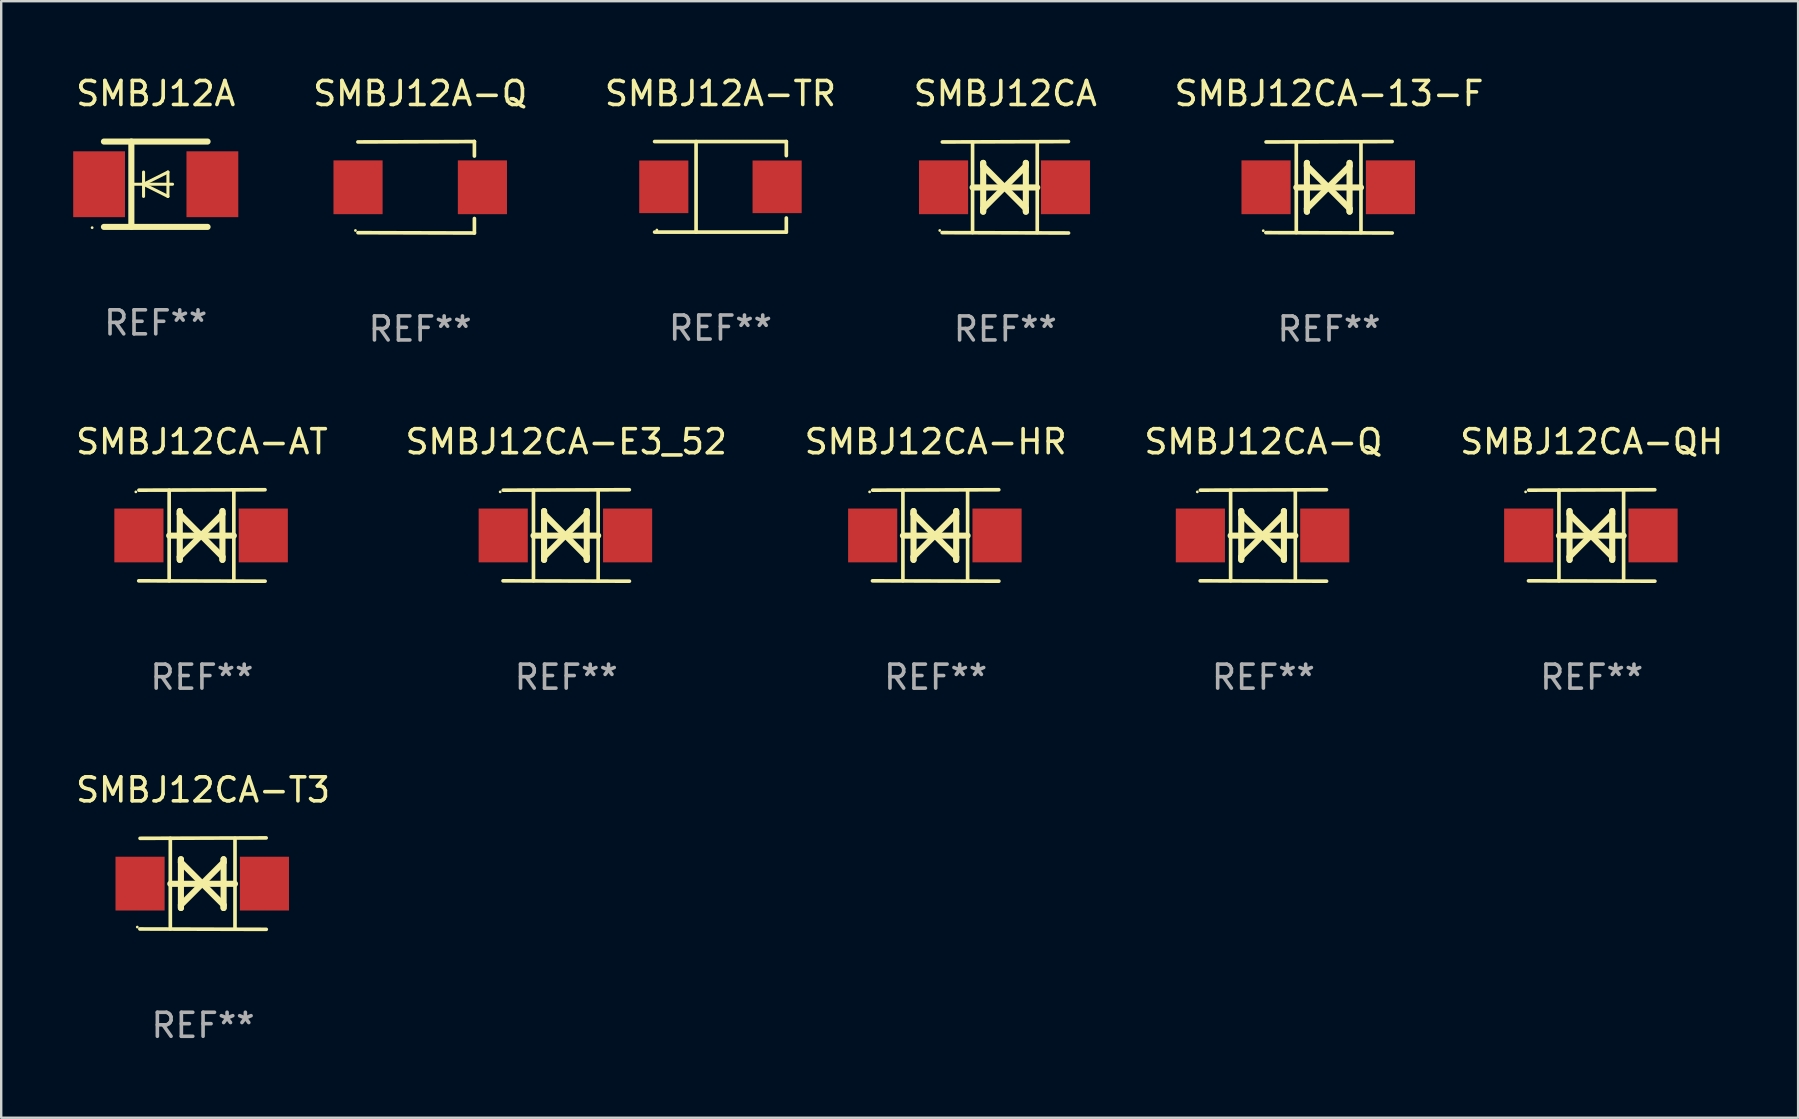
<source format=kicad_pcb>
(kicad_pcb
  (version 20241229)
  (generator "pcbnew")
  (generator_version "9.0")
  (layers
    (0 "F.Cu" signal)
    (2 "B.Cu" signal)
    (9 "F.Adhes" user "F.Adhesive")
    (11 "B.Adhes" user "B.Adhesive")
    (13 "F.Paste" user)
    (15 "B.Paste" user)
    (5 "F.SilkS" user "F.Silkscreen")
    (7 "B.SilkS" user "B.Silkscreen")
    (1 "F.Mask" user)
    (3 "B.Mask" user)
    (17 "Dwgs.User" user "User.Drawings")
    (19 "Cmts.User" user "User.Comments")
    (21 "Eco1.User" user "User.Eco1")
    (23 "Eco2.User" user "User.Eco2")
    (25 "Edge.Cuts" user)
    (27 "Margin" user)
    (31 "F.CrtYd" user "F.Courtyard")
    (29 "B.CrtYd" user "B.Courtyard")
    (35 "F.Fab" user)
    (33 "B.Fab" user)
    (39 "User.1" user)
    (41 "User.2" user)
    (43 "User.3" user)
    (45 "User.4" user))
  (footprint "SMBJ12A-TR"
    (layer "F.Cu")
    (at 26.968 4.734)
    (property "Reference" "SMBJ12A-TR" (at 0 -3.886 0) (layer "F.SilkS") (effects (font (size 1 1) (thickness 0.15))))
    (attr through_hole)
    (fp_line (start -2.744 -1.886) (end 2.744 -1.886) (stroke (width 0.152) (type solid)) (layer "F.SilkS"))
    (fp_line (start -2.744 1.886) (end 2.744 1.886) (stroke (width 0.152) (type solid)) (layer "F.SilkS"))
    (fp_line (start -1.016 -1.886) (end -1.016 1.886) (stroke (width 0.152) (type solid)) (layer "F.SilkS"))
    (fp_line (start 2.744 -1.886) (end 2.744 -1.299) (stroke (width 0.152) (type solid)) (layer "F.SilkS"))
    (fp_line (start 2.744 1.886) (end 2.744 1.299) (stroke (width 0.152) (type solid)) (layer "F.SilkS"))
    (fp_circle (center -2.65 1.8) (end -2.62 1.8) (stroke (width 0.06) (type solid)) (fill no) (layer "F.SilkS"))
    (fp_text user "REF**" (at 0 5.886 0) (layer "F.Fab") (effects (font (size 1 1) (thickness 0.15))))
    (pad "1" smd rect (at -2.361 0) (size 2.047 2.192) (layers "F.Cu" "F.Mask" "F.Paste"))
    (pad "2" smd rect (at 2.361 0) (size 2.047 2.192) (layers "F.Cu" "F.Mask" "F.Paste")))
  (footprint "SMBJ12CA"
    (layer "F.Cu")
    (at 38.837 4.753)
    (property "Reference" "SMBJ12CA" (at 0 -3.905 0) (layer "F.SilkS") (effects (font (size 1 1) (thickness 0.15))))
    (attr through_hole)
    (fp_line (start -1.365 1.886) (end -1.365 -1.886) (stroke (width 0.152) (type solid)) (layer "F.SilkS"))
    (fp_line (start -1.365 0.008) (end 1.33 0.008) (stroke (width 0.254) (type solid)) (layer "F.SilkS"))
    (fp_line (start -0.923 -1.016) (end -0.923 1.016) (stroke (width 0.254) (type solid)) (layer "F.SilkS"))
    (fp_line (start -0.923 -0.889) (end -0.923 -1.016) (stroke (width 0.254) (type solid)) (layer "F.SilkS"))
    (fp_line (start -0.923 0.889) (end -0.034 0) (stroke (width 0.254) (type solid)) (layer "F.SilkS"))
    (fp_line (start -0.923 1.016) (end -0.923 0.889) (stroke (width 0.254) (type solid)) (layer "F.SilkS"))
    (fp_line (start -0.034 0) (end -0.923 -0.889) (stroke (width 0.254) (type solid)) (layer "F.SilkS"))
    (fp_line (start -0.034 0) (end 0.855 0.889) (stroke (width 0.254) (type solid)) (layer "F.SilkS"))
    (fp_line (start 0.855 -1.016) (end 0.855 -0.889) (stroke (width 0.254) (type solid)) (layer "F.SilkS"))
    (fp_line (start 0.855 -0.889) (end -0.034 0) (stroke (width 0.254) (type solid)) (layer "F.SilkS"))
    (fp_line (start 0.855 0.889) (end 0.855 1.016) (stroke (width 0.254) (type solid)) (layer "F.SilkS"))
    (fp_line (start 0.855 1.016) (end 0.855 -1.016) (stroke (width 0.254) (type solid)) (layer "F.SilkS"))
    (fp_line (start 1.33 1.886) (end 1.33 -1.886) (stroke (width 0.152) (type solid)) (layer "F.SilkS"))
    (fp_line (start 2.629 -1.905) (end -2.625 -1.887) (stroke (width 0.152) (type solid)) (layer "F.SilkS"))
    (fp_line (start 2.633 1.905) (end -2.633 1.89) (stroke (width 0.152) (type solid)) (layer "F.SilkS"))
    (fp_circle (center -2.732 1.8) (end -2.702 1.8) (stroke (width 0.06) (type solid)) (fill no) (layer "F.SilkS"))
    (fp_text user "REF**" (at 0 5.905 0) (layer "F.Fab") (effects (font (size 1 1) (thickness 0.15))))
    (pad "1" smd rect (at -2.574 0) (size 2.047 2.241) (layers "F.Cu" "F.Mask" "F.Paste"))
    (pad "2" smd rect (at 2.506 0) (size 2.047 2.241) (layers "F.Cu" "F.Mask" "F.Paste")))
  (footprint "SMBJ12A-Q"
    (layer "F.Cu")
    (at 14.456 4.753)
    (property "Reference" "SMBJ12A-Q" (at 0 -3.905 0) (layer "F.SilkS") (effects (font (size 1 1) (thickness 0.15))))
    (attr through_hole)
    (fp_line (start 2.256 -1.905) (end -2.594 -1.889) (stroke (width 0.152) (type solid)) (layer "F.SilkS"))
    (fp_line (start 2.256 -1.905) (end 2.26 -1.905) (stroke (width 0.152) (type solid)) (layer "F.SilkS"))
    (fp_line (start 2.26 -1.905) (end 2.26 -1.301) (stroke (width 0.152) (type solid)) (layer "F.SilkS"))
    (fp_line (start 2.26 1.301) (end 2.26 1.905) (stroke (width 0.152) (type solid)) (layer "F.SilkS"))
    (fp_line (start 2.26 1.905) (end -2.59 1.892) (stroke (width 0.152) (type solid)) (layer "F.SilkS"))
    (fp_circle (center -2.697 1.8) (end -2.667 1.8) (stroke (width 0.06) (type solid)) (fill no) (layer "F.SilkS"))
    (fp_text user "REF**" (at 0 5.905 0) (layer "F.Fab") (effects (font (size 1 1) (thickness 0.15))))
    (pad "1" smd rect (at -2.588 0) (size 2.047 2.241) (layers "F.Cu" "F.Mask" "F.Paste"))
    (pad "2" smd rect (at 2.594 0) (size 2.047 2.241) (layers "F.Cu" "F.Mask" "F.Paste")))
  (footprint "SMBJ12CA-T3"
    (layer "F.Cu")
    (at 5.411 33.766)
    (property "Reference" "SMBJ12CA-T3" (at 0 -3.905 0) (layer "F.SilkS") (effects (font (size 1 1) (thickness 0.15))))
    (attr through_hole)
    (fp_line (start -1.365 1.886) (end -1.365 -1.886) (stroke (width 0.152) (type solid)) (layer "F.SilkS"))
    (fp_line (start -1.365 0.008) (end 1.33 0.008) (stroke (width 0.254) (type solid)) (layer "F.SilkS"))
    (fp_line (start -0.923 -1.016) (end -0.923 1.016) (stroke (width 0.254) (type solid)) (layer "F.SilkS"))
    (fp_line (start -0.923 -0.889) (end -0.923 -1.016) (stroke (width 0.254) (type solid)) (layer "F.SilkS"))
    (fp_line (start -0.923 0.889) (end -0.034 0) (stroke (width 0.254) (type solid)) (layer "F.SilkS"))
    (fp_line (start -0.923 1.016) (end -0.923 0.889) (stroke (width 0.254) (type solid)) (layer "F.SilkS"))
    (fp_line (start -0.034 0) (end -0.923 -0.889) (stroke (width 0.254) (type solid)) (layer "F.SilkS"))
    (fp_line (start -0.034 0) (end 0.855 0.889) (stroke (width 0.254) (type solid)) (layer "F.SilkS"))
    (fp_line (start 0.855 -1.016) (end 0.855 -0.889) (stroke (width 0.254) (type solid)) (layer "F.SilkS"))
    (fp_line (start 0.855 -0.889) (end -0.034 0) (stroke (width 0.254) (type solid)) (layer "F.SilkS"))
    (fp_line (start 0.855 0.889) (end 0.855 1.016) (stroke (width 0.254) (type solid)) (layer "F.SilkS"))
    (fp_line (start 0.855 1.016) (end 0.855 -1.016) (stroke (width 0.254) (type solid)) (layer "F.SilkS"))
    (fp_line (start 1.33 1.886) (end 1.33 -1.886) (stroke (width 0.152) (type solid)) (layer "F.SilkS"))
    (fp_line (start 2.629 -1.905) (end -2.625 -1.887) (stroke (width 0.152) (type solid)) (layer "F.SilkS"))
    (fp_line (start 2.633 1.905) (end -2.633 1.89) (stroke (width 0.152) (type solid)) (layer "F.SilkS"))
    (fp_circle (center -2.741 1.81) (end -2.711 1.81) (stroke (width 0.06) (type solid)) (fill no) (layer "F.SilkS"))
    (fp_text user "REF**" (at 0 5.905 0) (layer "F.Fab") (effects (font (size 1 1) (thickness 0.15))))
    (pad "1" smd rect (at -2.625 0) (size 2.047 2.241) (layers "F.Cu" "F.Mask" "F.Paste"))
    (pad "2" smd rect (at 2.557 0) (size 2.047 2.241) (layers "F.Cu" "F.Mask" "F.Paste")))
  (footprint "SMBJ12CA-QH"
    (layer "F.Cu")
    (at 63.268 19.26)
    (property "Reference" "SMBJ12CA-QH" (at 0 -3.905 0) (layer "F.SilkS") (effects (font (size 1 1) (thickness 0.15))))
    (attr through_hole)
    (fp_line (start -1.365 1.886) (end -1.365 -1.886) (stroke (width 0.152) (type solid)) (layer "F.SilkS"))
    (fp_line (start -1.365 0.008) (end 1.33 0.008) (stroke (width 0.254) (type solid)) (layer "F.SilkS"))
    (fp_line (start -0.923 -1.016) (end -0.923 1.016) (stroke (width 0.254) (type solid)) (layer "F.SilkS"))
    (fp_line (start -0.923 -0.889) (end -0.923 -1.016) (stroke (width 0.254) (type solid)) (layer "F.SilkS"))
    (fp_line (start -0.923 0.889) (end -0.034 0) (stroke (width 0.254) (type solid)) (layer "F.SilkS"))
    (fp_line (start -0.923 1.016) (end -0.923 0.889) (stroke (width 0.254) (type solid)) (layer "F.SilkS"))
    (fp_line (start -0.034 0) (end -0.923 -0.889) (stroke (width 0.254) (type solid)) (layer "F.SilkS"))
    (fp_line (start -0.034 0) (end 0.855 0.889) (stroke (width 0.254) (type solid)) (layer "F.SilkS"))
    (fp_line (start 0.855 -1.016) (end 0.855 -0.889) (stroke (width 0.254) (type solid)) (layer "F.SilkS"))
    (fp_line (start 0.855 -0.889) (end -0.034 0) (stroke (width 0.254) (type solid)) (layer "F.SilkS"))
    (fp_line (start 0.855 0.889) (end 0.855 1.016) (stroke (width 0.254) (type solid)) (layer "F.SilkS"))
    (fp_line (start 0.855 1.016) (end 0.855 -1.016) (stroke (width 0.254) (type solid)) (layer "F.SilkS"))
    (fp_line (start 1.33 1.886) (end 1.33 -1.886) (stroke (width 0.152) (type solid)) (layer "F.SilkS"))
    (fp_line (start 2.629 -1.905) (end -2.625 -1.887) (stroke (width 0.152) (type solid)) (layer "F.SilkS"))
    (fp_line (start 2.633 1.905) (end -2.633 1.89) (stroke (width 0.152) (type solid)) (layer "F.SilkS"))
    (fp_circle (center -2.753 -1.816) (end -2.723 -1.816) (stroke (width 0.06) (type solid)) (fill no) (layer "F.SilkS"))
    (fp_text user "REF**" (at 0 5.905 0) (layer "F.Fab") (effects (font (size 1 1) (thickness 0.15))))
    (pad "1" smd rect (at -2.625 0) (size 2.047 2.241) (layers "F.Cu" "F.Mask" "F.Paste"))
    (pad "2" smd rect (at 2.557 0) (size 2.047 2.241) (layers "F.Cu" "F.Mask" "F.Paste")))
  (footprint "SMBJ12CA-13-F"
    (layer "F.Cu")
    (at 52.325 4.753)
    (property "Reference" "SMBJ12CA-13-F" (at 0 -3.905 0) (layer "F.SilkS") (effects (font (size 1 1) (thickness 0.15))))
    (attr through_hole)
    (fp_line (start -1.365 1.886) (end -1.365 -1.886) (stroke (width 0.152) (type solid)) (layer "F.SilkS"))
    (fp_line (start -1.365 0.008) (end 1.33 0.008) (stroke (width 0.254) (type solid)) (layer "F.SilkS"))
    (fp_line (start -0.923 -1.016) (end -0.923 1.016) (stroke (width 0.254) (type solid)) (layer "F.SilkS"))
    (fp_line (start -0.923 -0.889) (end -0.923 -1.016) (stroke (width 0.254) (type solid)) (layer "F.SilkS"))
    (fp_line (start -0.923 0.889) (end -0.034 0) (stroke (width 0.254) (type solid)) (layer "F.SilkS"))
    (fp_line (start -0.923 1.016) (end -0.923 0.889) (stroke (width 0.254) (type solid)) (layer "F.SilkS"))
    (fp_line (start -0.034 0) (end -0.923 -0.889) (stroke (width 0.254) (type solid)) (layer "F.SilkS"))
    (fp_line (start -0.034 0) (end 0.855 0.889) (stroke (width 0.254) (type solid)) (layer "F.SilkS"))
    (fp_line (start 0.855 -1.016) (end 0.855 -0.889) (stroke (width 0.254) (type solid)) (layer "F.SilkS"))
    (fp_line (start 0.855 -0.889) (end -0.034 0) (stroke (width 0.254) (type solid)) (layer "F.SilkS"))
    (fp_line (start 0.855 0.889) (end 0.855 1.016) (stroke (width 0.254) (type solid)) (layer "F.SilkS"))
    (fp_line (start 0.855 1.016) (end 0.855 -1.016) (stroke (width 0.254) (type solid)) (layer "F.SilkS"))
    (fp_line (start 1.33 1.886) (end 1.33 -1.886) (stroke (width 0.152) (type solid)) (layer "F.SilkS"))
    (fp_line (start 2.629 -1.905) (end -2.625 -1.887) (stroke (width 0.152) (type solid)) (layer "F.SilkS"))
    (fp_line (start 2.633 1.905) (end -2.633 1.89) (stroke (width 0.152) (type solid)) (layer "F.SilkS"))
    (fp_circle (center -2.741 1.81) (end -2.711 1.81) (stroke (width 0.06) (type solid)) (fill no) (layer "F.SilkS"))
    (fp_text user "REF**" (at 0 5.905 0) (layer "F.Fab") (effects (font (size 1 1) (thickness 0.15))))
    (pad "1" smd rect (at -2.625 0) (size 2.047 2.241) (layers "F.Cu" "F.Mask" "F.Paste"))
    (pad "2" smd rect (at 2.557 0) (size 2.047 2.241) (layers "F.Cu" "F.Mask" "F.Paste")))
  (footprint "SMBJ12CA-HR"
    (layer "F.Cu")
    (at 35.935 19.26)
    (property "Reference" "SMBJ12CA-HR" (at 0 -3.905 0) (layer "F.SilkS") (effects (font (size 1 1) (thickness 0.15))))
    (attr through_hole)
    (fp_line (start -1.365 1.886) (end -1.365 -1.886) (stroke (width 0.152) (type solid)) (layer "F.SilkS"))
    (fp_line (start -1.365 0.008) (end 1.33 0.008) (stroke (width 0.254) (type solid)) (layer "F.SilkS"))
    (fp_line (start -0.923 -1.016) (end -0.923 1.016) (stroke (width 0.254) (type solid)) (layer "F.SilkS"))
    (fp_line (start -0.923 -0.889) (end -0.923 -1.016) (stroke (width 0.254) (type solid)) (layer "F.SilkS"))
    (fp_line (start -0.923 0.889) (end -0.034 0) (stroke (width 0.254) (type solid)) (layer "F.SilkS"))
    (fp_line (start -0.923 1.016) (end -0.923 0.889) (stroke (width 0.254) (type solid)) (layer "F.SilkS"))
    (fp_line (start -0.034 0) (end -0.923 -0.889) (stroke (width 0.254) (type solid)) (layer "F.SilkS"))
    (fp_line (start -0.034 0) (end 0.855 0.889) (stroke (width 0.254) (type solid)) (layer "F.SilkS"))
    (fp_line (start 0.855 -1.016) (end 0.855 -0.889) (stroke (width 0.254) (type solid)) (layer "F.SilkS"))
    (fp_line (start 0.855 -0.889) (end -0.034 0) (stroke (width 0.254) (type solid)) (layer "F.SilkS"))
    (fp_line (start 0.855 0.889) (end 0.855 1.016) (stroke (width 0.254) (type solid)) (layer "F.SilkS"))
    (fp_line (start 0.855 1.016) (end 0.855 -1.016) (stroke (width 0.254) (type solid)) (layer "F.SilkS"))
    (fp_line (start 1.33 1.886) (end 1.33 -1.886) (stroke (width 0.152) (type solid)) (layer "F.SilkS"))
    (fp_line (start 2.629 -1.905) (end -2.625 -1.887) (stroke (width 0.152) (type solid)) (layer "F.SilkS"))
    (fp_line (start 2.633 1.905) (end -2.633 1.89) (stroke (width 0.152) (type solid)) (layer "F.SilkS"))
    (fp_circle (center -2.753 -1.816) (end -2.723 -1.816) (stroke (width 0.06) (type solid)) (fill no) (layer "F.SilkS"))
    (fp_text user "REF**" (at 0 5.905 0) (layer "F.Fab") (effects (font (size 1 1) (thickness 0.15))))
    (pad "1" smd rect (at -2.625 0) (size 2.047 2.241) (layers "F.Cu" "F.Mask" "F.Paste"))
    (pad "2" smd rect (at 2.557 0) (size 2.047 2.241) (layers "F.Cu" "F.Mask" "F.Paste")))
  (footprint "SMBJ12A"
    (layer "F.Cu")
    (at 3.439 4.626)
    (property "Reference" "SMBJ12A" (at 0 -3.778 0) (layer "F.SilkS") (effects (font (size 1 1) (thickness 0.15))))
    (attr through_hole)
    (fp_line (start -2.159 -1.778) (end 2.159 -1.778) (stroke (width 0.254) (type solid)) (layer "F.SilkS"))
    (fp_line (start -1.016 -1.778) (end -1.016 1.778) (stroke (width 0.254) (type solid)) (layer "F.SilkS"))
    (fp_line (start -0.508 -0.000064) (end 0.508 0.508) (stroke (width 0.127) (type solid)) (layer "F.SilkS"))
    (fp_line (start -0.508 0.508) (end -0.508 -0.508) (stroke (width 0.127) (type solid)) (layer "F.SilkS"))
    (fp_line (start 0.508 -0.508) (end -0.508 -0.000064) (stroke (width 0.127) (type solid)) (layer "F.SilkS"))
    (fp_line (start 0.508 0.508) (end 0.508 -0.508) (stroke (width 0.127) (type solid)) (layer "F.SilkS"))
    (fp_line (start 0.7 -0.000064) (end -1.016 -0.000064) (stroke (width 0.127) (type solid)) (layer "F.SilkS"))
    (fp_line (start 2.159 1.778) (end -2.159 1.778) (stroke (width 0.254) (type solid)) (layer "F.SilkS"))
    (fp_circle (center -2.65 1.81) (end -2.62 1.81) (stroke (width 0.06) (type solid)) (fill no) (layer "F.SilkS"))
    (fp_text user "REF**" (at 0 5.778 0) (layer "F.Fab") (effects (font (size 1 1) (thickness 0.15))))
    (pad "1" smd rect (at -2.36 0.000038) (size 2.159 2.743) (layers "F.Cu" "F.Mask" "F.Paste"))
    (pad "2" smd rect (at 2.36 0.000038) (size 2.159 2.743) (layers "F.Cu" "F.Mask" "F.Paste")))
  (footprint "SMBJ12CA-E3_52"
    (layer "F.Cu")
    (at 20.542 19.26)
    (property "Reference" "SMBJ12CA-E3_52" (at 0 -3.905 0) (layer "F.SilkS") (effects (font (size 1 1) (thickness 0.15))))
    (attr through_hole)
    (fp_line (start -1.365 1.886) (end -1.365 -1.886) (stroke (width 0.152) (type solid)) (layer "F.SilkS"))
    (fp_line (start -1.365 0.008) (end 1.33 0.008) (stroke (width 0.254) (type solid)) (layer "F.SilkS"))
    (fp_line (start -0.923 -1.016) (end -0.923 1.016) (stroke (width 0.254) (type solid)) (layer "F.SilkS"))
    (fp_line (start -0.923 -0.889) (end -0.923 -1.016) (stroke (width 0.254) (type solid)) (layer "F.SilkS"))
    (fp_line (start -0.923 0.889) (end -0.034 0) (stroke (width 0.254) (type solid)) (layer "F.SilkS"))
    (fp_line (start -0.923 1.016) (end -0.923 0.889) (stroke (width 0.254) (type solid)) (layer "F.SilkS"))
    (fp_line (start -0.034 0) (end -0.923 -0.889) (stroke (width 0.254) (type solid)) (layer "F.SilkS"))
    (fp_line (start -0.034 0) (end 0.855 0.889) (stroke (width 0.254) (type solid)) (layer "F.SilkS"))
    (fp_line (start 0.855 -1.016) (end 0.855 -0.889) (stroke (width 0.254) (type solid)) (layer "F.SilkS"))
    (fp_line (start 0.855 -0.889) (end -0.034 0) (stroke (width 0.254) (type solid)) (layer "F.SilkS"))
    (fp_line (start 0.855 0.889) (end 0.855 1.016) (stroke (width 0.254) (type solid)) (layer "F.SilkS"))
    (fp_line (start 0.855 1.016) (end 0.855 -1.016) (stroke (width 0.254) (type solid)) (layer "F.SilkS"))
    (fp_line (start 1.33 1.886) (end 1.33 -1.886) (stroke (width 0.152) (type solid)) (layer "F.SilkS"))
    (fp_line (start 2.629 -1.905) (end -2.625 -1.887) (stroke (width 0.152) (type solid)) (layer "F.SilkS"))
    (fp_line (start 2.633 1.905) (end -2.633 1.89) (stroke (width 0.152) (type solid)) (layer "F.SilkS"))
    (fp_circle (center -2.753 -1.816) (end -2.723 -1.816) (stroke (width 0.06) (type solid)) (fill no) (layer "F.SilkS"))
    (fp_text user "REF**" (at 0 5.905 0) (layer "F.Fab") (effects (font (size 1 1) (thickness 0.15))))
    (pad "1" smd rect (at -2.625 0) (size 2.047 2.241) (layers "F.Cu" "F.Mask" "F.Paste"))
    (pad "2" smd rect (at 2.557 0) (size 2.047 2.241) (layers "F.Cu" "F.Mask" "F.Paste")))
  (footprint "SMBJ12CA-AT"
    (layer "F.Cu")
    (at 5.363 19.26)
    (property "Reference" "SMBJ12CA-AT" (at 0 -3.905 0) (layer "F.SilkS") (effects (font (size 1 1) (thickness 0.15))))
    (attr through_hole)
    (fp_line (start -1.365 1.886) (end -1.365 -1.886) (stroke (width 0.152) (type solid)) (layer "F.SilkS"))
    (fp_line (start -1.365 0.008) (end 1.33 0.008) (stroke (width 0.254) (type solid)) (layer "F.SilkS"))
    (fp_line (start -0.923 -1.016) (end -0.923 1.016) (stroke (width 0.254) (type solid)) (layer "F.SilkS"))
    (fp_line (start -0.923 -0.889) (end -0.923 -1.016) (stroke (width 0.254) (type solid)) (layer "F.SilkS"))
    (fp_line (start -0.923 0.889) (end -0.034 0) (stroke (width 0.254) (type solid)) (layer "F.SilkS"))
    (fp_line (start -0.923 1.016) (end -0.923 0.889) (stroke (width 0.254) (type solid)) (layer "F.SilkS"))
    (fp_line (start -0.034 0) (end -0.923 -0.889) (stroke (width 0.254) (type solid)) (layer "F.SilkS"))
    (fp_line (start -0.034 0) (end 0.855 0.889) (stroke (width 0.254) (type solid)) (layer "F.SilkS"))
    (fp_line (start 0.855 -1.016) (end 0.855 -0.889) (stroke (width 0.254) (type solid)) (layer "F.SilkS"))
    (fp_line (start 0.855 -0.889) (end -0.034 0) (stroke (width 0.254) (type solid)) (layer "F.SilkS"))
    (fp_line (start 0.855 0.889) (end 0.855 1.016) (stroke (width 0.254) (type solid)) (layer "F.SilkS"))
    (fp_line (start 0.855 1.016) (end 0.855 -1.016) (stroke (width 0.254) (type solid)) (layer "F.SilkS"))
    (fp_line (start 1.33 1.886) (end 1.33 -1.886) (stroke (width 0.152) (type solid)) (layer "F.SilkS"))
    (fp_line (start 2.629 -1.905) (end -2.625 -1.887) (stroke (width 0.152) (type solid)) (layer "F.SilkS"))
    (fp_line (start 2.633 1.905) (end -2.633 1.89) (stroke (width 0.152) (type solid)) (layer "F.SilkS"))
    (fp_circle (center -2.753 -1.816) (end -2.723 -1.816) (stroke (width 0.06) (type solid)) (fill no) (layer "F.SilkS"))
    (fp_text user "REF**" (at 0 5.905 0) (layer "F.Fab") (effects (font (size 1 1) (thickness 0.15))))
    (pad "1" smd rect (at -2.625 0) (size 2.047 2.241) (layers "F.Cu" "F.Mask" "F.Paste"))
    (pad "2" smd rect (at 2.557 0) (size 2.047 2.241) (layers "F.Cu" "F.Mask" "F.Paste")))
  (footprint "SMBJ12CA-Q"
    (layer "F.Cu")
    (at 49.589 19.26)
    (property "Reference" "SMBJ12CA-Q" (at 0 -3.905 0) (layer "F.SilkS") (effects (font (size 1 1) (thickness 0.15))))
    (attr through_hole)
    (fp_line (start -1.365 1.886) (end -1.365 -1.886) (stroke (width 0.152) (type solid)) (layer "F.SilkS"))
    (fp_line (start -1.365 0.008) (end 1.33 0.008) (stroke (width 0.254) (type solid)) (layer "F.SilkS"))
    (fp_line (start -0.923 -1.016) (end -0.923 1.016) (stroke (width 0.254) (type solid)) (layer "F.SilkS"))
    (fp_line (start -0.923 -0.889) (end -0.923 -1.016) (stroke (width 0.254) (type solid)) (layer "F.SilkS"))
    (fp_line (start -0.923 0.889) (end -0.034 0) (stroke (width 0.254) (type solid)) (layer "F.SilkS"))
    (fp_line (start -0.923 1.016) (end -0.923 0.889) (stroke (width 0.254) (type solid)) (layer "F.SilkS"))
    (fp_line (start -0.034 0) (end -0.923 -0.889) (stroke (width 0.254) (type solid)) (layer "F.SilkS"))
    (fp_line (start -0.034 0) (end 0.855 0.889) (stroke (width 0.254) (type solid)) (layer "F.SilkS"))
    (fp_line (start 0.855 -1.016) (end 0.855 -0.889) (stroke (width 0.254) (type solid)) (layer "F.SilkS"))
    (fp_line (start 0.855 -0.889) (end -0.034 0) (stroke (width 0.254) (type solid)) (layer "F.SilkS"))
    (fp_line (start 0.855 0.889) (end 0.855 1.016) (stroke (width 0.254) (type solid)) (layer "F.SilkS"))
    (fp_line (start 0.855 1.016) (end 0.855 -1.016) (stroke (width 0.254) (type solid)) (layer "F.SilkS"))
    (fp_line (start 1.33 1.886) (end 1.33 -1.886) (stroke (width 0.152) (type solid)) (layer "F.SilkS"))
    (fp_line (start 2.629 -1.905) (end -2.625 -1.887) (stroke (width 0.152) (type solid)) (layer "F.SilkS"))
    (fp_line (start 2.633 1.905) (end -2.633 1.89) (stroke (width 0.152) (type solid)) (layer "F.SilkS"))
    (fp_circle (center -2.753 -1.816) (end -2.723 -1.816) (stroke (width 0.06) (type solid)) (fill no) (layer "F.SilkS"))
    (fp_text user "REF**" (at 0 5.905 0) (layer "F.Fab") (effects (font (size 1 1) (thickness 0.15))))
    (pad "1" smd rect (at -2.625 0) (size 2.047 2.241) (layers "F.Cu" "F.Mask" "F.Paste"))
    (pad "2" smd rect (at 2.557 0) (size 2.047 2.241) (layers "F.Cu" "F.Mask" "F.Paste")))
  (gr_rect
    (start -3 -3)
    (end 71.869 43.52)
    (stroke (width 0.1) (type default))
    (fill no)
    (layer "Edge.Cuts")))
</source>
